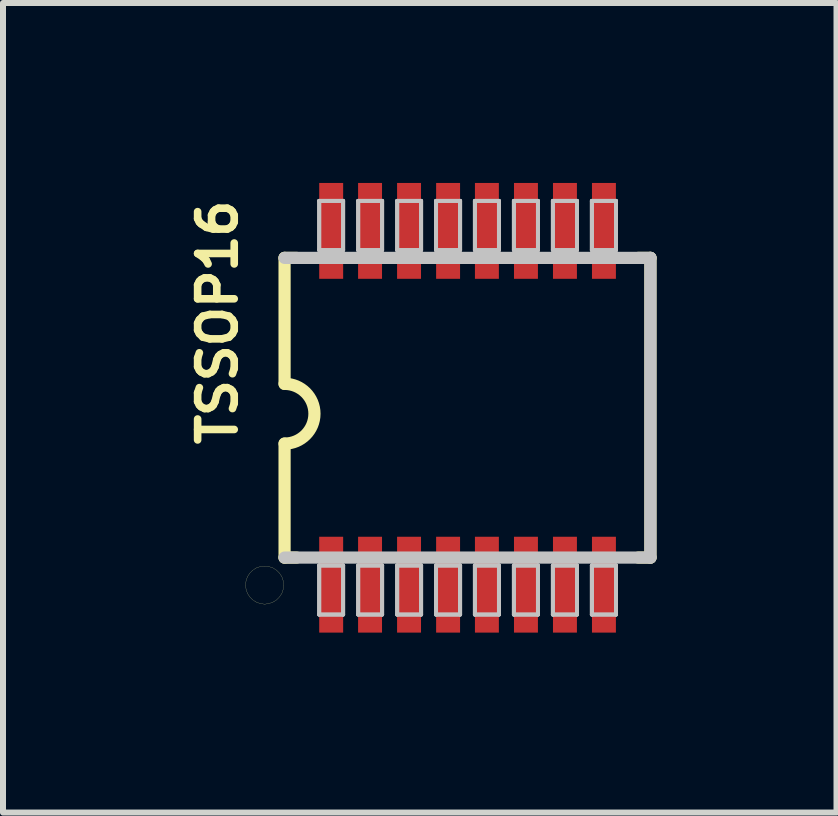
<source format=kicad_pcb>
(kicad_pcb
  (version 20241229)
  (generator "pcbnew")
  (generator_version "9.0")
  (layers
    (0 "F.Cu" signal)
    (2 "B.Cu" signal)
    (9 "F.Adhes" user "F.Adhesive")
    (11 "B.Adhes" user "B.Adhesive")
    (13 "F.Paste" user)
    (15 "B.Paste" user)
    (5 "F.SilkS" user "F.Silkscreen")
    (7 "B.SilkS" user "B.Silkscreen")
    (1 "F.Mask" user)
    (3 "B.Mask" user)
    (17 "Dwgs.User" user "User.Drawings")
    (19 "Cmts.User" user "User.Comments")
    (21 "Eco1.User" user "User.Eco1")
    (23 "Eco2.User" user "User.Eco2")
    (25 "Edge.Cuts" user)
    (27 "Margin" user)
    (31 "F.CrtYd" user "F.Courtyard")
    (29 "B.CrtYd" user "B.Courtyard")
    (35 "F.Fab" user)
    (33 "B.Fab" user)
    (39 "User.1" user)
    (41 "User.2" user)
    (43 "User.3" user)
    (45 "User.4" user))
  (footprint "TSSOP16"
    (layer "F.Cu")
    (at 4.694 3.847)
    (property "Reference" "TSSOP16" (at -4.115 -1.524 90) (layer "F.SilkS") (effects (font (size 0.61 0.61) (thickness 0.127))))
    (attr smd)
    (fp_line (start -3.65 2.857) (end -3.642 2.926) (stroke (width 0.003) (type solid)) (layer "F.SilkS"))
    (fp_line (start -3.642 2.786) (end -3.65 2.857) (stroke (width 0.003) (type solid)) (layer "F.SilkS"))
    (fp_line (start -3.642 2.926) (end -3.619 2.995) (stroke (width 0.003) (type solid)) (layer "F.SilkS"))
    (fp_line (start -3.619 2.718) (end -3.642 2.786) (stroke (width 0.003) (type solid)) (layer "F.SilkS"))
    (fp_line (start -3.619 2.995) (end -3.581 3.053) (stroke (width 0.003) (type solid)) (layer "F.SilkS"))
    (fp_line (start -3.581 2.659) (end -3.619 2.718) (stroke (width 0.003) (type solid)) (layer "F.SilkS"))
    (fp_line (start -3.581 3.053) (end -3.531 3.104) (stroke (width 0.003) (type solid)) (layer "F.SilkS"))
    (fp_line (start -3.531 2.609) (end -3.581 2.659) (stroke (width 0.003) (type solid)) (layer "F.SilkS"))
    (fp_line (start -3.531 3.104) (end -3.47 3.142) (stroke (width 0.003) (type solid)) (layer "F.SilkS"))
    (fp_line (start -3.47 2.57) (end -3.531 2.609) (stroke (width 0.003) (type solid)) (layer "F.SilkS"))
    (fp_line (start -3.47 3.142) (end -3.404 3.165) (stroke (width 0.003) (type solid)) (layer "F.SilkS"))
    (fp_line (start -3.404 2.548) (end -3.47 2.57) (stroke (width 0.003) (type solid)) (layer "F.SilkS"))
    (fp_line (start -3.404 3.165) (end -3.332 3.175) (stroke (width 0.003) (type solid)) (layer "F.SilkS"))
    (fp_line (start -3.332 2.54) (end -3.404 2.548) (stroke (width 0.003) (type solid)) (layer "F.SilkS"))
    (fp_line (start -3.332 3.175) (end -3.261 3.165) (stroke (width 0.003) (type solid)) (layer "F.SilkS"))
    (fp_line (start -3.261 2.548) (end -3.332 2.54) (stroke (width 0.003) (type solid)) (layer "F.SilkS"))
    (fp_line (start -3.261 3.165) (end -3.195 3.142) (stroke (width 0.003) (type solid)) (layer "F.SilkS"))
    (fp_line (start -3.195 2.57) (end -3.261 2.548) (stroke (width 0.003) (type solid)) (layer "F.SilkS"))
    (fp_line (start -3.195 3.142) (end -3.134 3.104) (stroke (width 0.003) (type solid)) (layer "F.SilkS"))
    (fp_line (start -3.134 2.609) (end -3.195 2.57) (stroke (width 0.003) (type solid)) (layer "F.SilkS"))
    (fp_line (start -3.134 3.104) (end -3.084 3.053) (stroke (width 0.003) (type solid)) (layer "F.SilkS"))
    (fp_line (start -3.084 2.659) (end -3.134 2.609) (stroke (width 0.003) (type solid)) (layer "F.SilkS"))
    (fp_line (start -3.084 3.053) (end -3.045 2.995) (stroke (width 0.003) (type solid)) (layer "F.SilkS"))
    (fp_line (start -3.045 2.718) (end -3.084 2.659) (stroke (width 0.003) (type solid)) (layer "F.SilkS"))
    (fp_line (start -3.045 2.995) (end -3.023 2.926) (stroke (width 0.003) (type solid)) (layer "F.SilkS"))
    (fp_line (start -3.023 2.786) (end -3.045 2.718) (stroke (width 0.003) (type solid)) (layer "F.SilkS"))
    (fp_line (start -3.023 2.926) (end -3.015 2.857) (stroke (width 0.003) (type solid)) (layer "F.SilkS"))
    (fp_line (start -3.015 2.857) (end -3.023 2.786) (stroke (width 0.003) (type solid)) (layer "F.SilkS"))
    (fp_line (start -3 -2.598) (end -3 -0.498) (stroke (width 0.203) (type solid)) (layer "F.SilkS"))
    (fp_line (start -3 -2.598) (end -2.799 -2.598) (stroke (width 0.203) (type solid)) (layer "F.SilkS"))
    (fp_line (start -3 0.498) (end -3 2.398) (stroke (width 0.203) (type solid)) (layer "F.SilkS"))
    (fp_line (start -3 2.398) (end -2.799 2.398) (stroke (width 0.203) (type solid)) (layer "F.SilkS"))
    (fp_line (start 2.898 2.398) (end 3.099 2.398) (stroke (width 0.203) (type solid)) (layer "F.SilkS"))
    (fp_line (start 3.099 -2.598) (end 2.898 -2.598) (stroke (width 0.203) (type solid)) (layer "F.SilkS"))
    (fp_line (start 3.099 2.398) (end 3.099 -2.598) (stroke (width 0.203) (type solid)) (layer "F.SilkS"))
    (fp_arc (start -2.99974 -0.49784) (mid -2.5019 0) (end -2.99974 0.49784) (stroke (width 0.2032) (type solid)) (layer "F.SilkS"))
    (fp_line (start -3 -2.598) (end 3.099 -2.598) (stroke (width 0.203) (type solid)) (layer "Dwgs.User"))
    (fp_line (start -2.423 -3.548) (end -2.024 -3.548) (stroke (width 0.066) (type solid)) (layer "Dwgs.User"))
    (fp_line (start -2.423 -3.548) (end -2.024 -3.548) (stroke (width 0.066) (type solid)) (layer "Dwgs.User"))
    (fp_line (start -2.423 -2.728) (end -2.423 -3.548) (stroke (width 0.066) (type solid)) (layer "Dwgs.User"))
    (fp_line (start -2.423 -2.728) (end -2.423 -3.548) (stroke (width 0.066) (type solid)) (layer "Dwgs.User"))
    (fp_line (start -2.423 -2.728) (end -2.024 -2.728) (stroke (width 0.066) (type solid)) (layer "Dwgs.User"))
    (fp_line (start -2.423 -2.728) (end -2.024 -2.728) (stroke (width 0.066) (type solid)) (layer "Dwgs.User"))
    (fp_line (start -2.423 2.53) (end -2.024 2.53) (stroke (width 0.066) (type solid)) (layer "Dwgs.User"))
    (fp_line (start -2.423 2.53) (end -2.024 2.53) (stroke (width 0.066) (type solid)) (layer "Dwgs.User"))
    (fp_line (start -2.423 3.348) (end -2.423 2.53) (stroke (width 0.066) (type solid)) (layer "Dwgs.User"))
    (fp_line (start -2.423 3.348) (end -2.423 2.53) (stroke (width 0.066) (type solid)) (layer "Dwgs.User"))
    (fp_line (start -2.423 3.348) (end -2.024 3.348) (stroke (width 0.066) (type solid)) (layer "Dwgs.User"))
    (fp_line (start -2.423 3.348) (end -2.024 3.348) (stroke (width 0.066) (type solid)) (layer "Dwgs.User"))
    (fp_line (start -2.024 -2.728) (end -2.024 -3.548) (stroke (width 0.066) (type solid)) (layer "Dwgs.User"))
    (fp_line (start -2.024 -2.728) (end -2.024 -3.548) (stroke (width 0.066) (type solid)) (layer "Dwgs.User"))
    (fp_line (start -2.024 3.348) (end -2.024 2.53) (stroke (width 0.066) (type solid)) (layer "Dwgs.User"))
    (fp_line (start -2.024 3.348) (end -2.024 2.53) (stroke (width 0.066) (type solid)) (layer "Dwgs.User"))
    (fp_line (start -1.773 -3.548) (end -1.374 -3.548) (stroke (width 0.066) (type solid)) (layer "Dwgs.User"))
    (fp_line (start -1.773 -3.548) (end -1.374 -3.548) (stroke (width 0.066) (type solid)) (layer "Dwgs.User"))
    (fp_line (start -1.773 -2.728) (end -1.773 -3.548) (stroke (width 0.066) (type solid)) (layer "Dwgs.User"))
    (fp_line (start -1.773 -2.728) (end -1.773 -3.548) (stroke (width 0.066) (type solid)) (layer "Dwgs.User"))
    (fp_line (start -1.773 -2.728) (end -1.374 -2.728) (stroke (width 0.066) (type solid)) (layer "Dwgs.User"))
    (fp_line (start -1.773 -2.728) (end -1.374 -2.728) (stroke (width 0.066) (type solid)) (layer "Dwgs.User"))
    (fp_line (start -1.773 2.53) (end -1.374 2.53) (stroke (width 0.066) (type solid)) (layer "Dwgs.User"))
    (fp_line (start -1.773 2.53) (end -1.374 2.53) (stroke (width 0.066) (type solid)) (layer "Dwgs.User"))
    (fp_line (start -1.773 3.348) (end -1.773 2.53) (stroke (width 0.066) (type solid)) (layer "Dwgs.User"))
    (fp_line (start -1.773 3.348) (end -1.773 2.53) (stroke (width 0.066) (type solid)) (layer "Dwgs.User"))
    (fp_line (start -1.773 3.348) (end -1.374 3.348) (stroke (width 0.066) (type solid)) (layer "Dwgs.User"))
    (fp_line (start -1.773 3.348) (end -1.374 3.348) (stroke (width 0.066) (type solid)) (layer "Dwgs.User"))
    (fp_line (start -1.374 -2.728) (end -1.374 -3.548) (stroke (width 0.066) (type solid)) (layer "Dwgs.User"))
    (fp_line (start -1.374 -2.728) (end -1.374 -3.548) (stroke (width 0.066) (type solid)) (layer "Dwgs.User"))
    (fp_line (start -1.374 3.348) (end -1.374 2.53) (stroke (width 0.066) (type solid)) (layer "Dwgs.User"))
    (fp_line (start -1.374 3.348) (end -1.374 2.53) (stroke (width 0.066) (type solid)) (layer "Dwgs.User"))
    (fp_line (start -1.123 -3.548) (end -0.724 -3.548) (stroke (width 0.066) (type solid)) (layer "Dwgs.User"))
    (fp_line (start -1.123 -3.548) (end -0.724 -3.548) (stroke (width 0.066) (type solid)) (layer "Dwgs.User"))
    (fp_line (start -1.123 -2.728) (end -1.123 -3.548) (stroke (width 0.066) (type solid)) (layer "Dwgs.User"))
    (fp_line (start -1.123 -2.728) (end -1.123 -3.548) (stroke (width 0.066) (type solid)) (layer "Dwgs.User"))
    (fp_line (start -1.123 -2.728) (end -0.724 -2.728) (stroke (width 0.066) (type solid)) (layer "Dwgs.User"))
    (fp_line (start -1.123 -2.728) (end -0.724 -2.728) (stroke (width 0.066) (type solid)) (layer "Dwgs.User"))
    (fp_line (start -1.123 2.53) (end -0.724 2.53) (stroke (width 0.066) (type solid)) (layer "Dwgs.User"))
    (fp_line (start -1.123 2.53) (end -0.724 2.53) (stroke (width 0.066) (type solid)) (layer "Dwgs.User"))
    (fp_line (start -1.123 3.348) (end -1.123 2.53) (stroke (width 0.066) (type solid)) (layer "Dwgs.User"))
    (fp_line (start -1.123 3.348) (end -1.123 2.53) (stroke (width 0.066) (type solid)) (layer "Dwgs.User"))
    (fp_line (start -1.123 3.348) (end -0.724 3.348) (stroke (width 0.066) (type solid)) (layer "Dwgs.User"))
    (fp_line (start -1.123 3.348) (end -0.724 3.348) (stroke (width 0.066) (type solid)) (layer "Dwgs.User"))
    (fp_line (start -0.724 -2.728) (end -0.724 -3.548) (stroke (width 0.066) (type solid)) (layer "Dwgs.User"))
    (fp_line (start -0.724 -2.728) (end -0.724 -3.548) (stroke (width 0.066) (type solid)) (layer "Dwgs.User"))
    (fp_line (start -0.724 3.348) (end -0.724 2.53) (stroke (width 0.066) (type solid)) (layer "Dwgs.User"))
    (fp_line (start -0.724 3.348) (end -0.724 2.53) (stroke (width 0.066) (type solid)) (layer "Dwgs.User"))
    (fp_line (start -0.475 -3.548) (end -0.074 -3.548) (stroke (width 0.066) (type solid)) (layer "Dwgs.User"))
    (fp_line (start -0.475 -3.548) (end -0.074 -3.548) (stroke (width 0.066) (type solid)) (layer "Dwgs.User"))
    (fp_line (start -0.475 -2.728) (end -0.475 -3.548) (stroke (width 0.066) (type solid)) (layer "Dwgs.User"))
    (fp_line (start -0.475 -2.728) (end -0.475 -3.548) (stroke (width 0.066) (type solid)) (layer "Dwgs.User"))
    (fp_line (start -0.475 -2.728) (end -0.074 -2.728) (stroke (width 0.066) (type solid)) (layer "Dwgs.User"))
    (fp_line (start -0.475 -2.728) (end -0.074 -2.728) (stroke (width 0.066) (type solid)) (layer "Dwgs.User"))
    (fp_line (start -0.475 2.53) (end -0.074 2.53) (stroke (width 0.066) (type solid)) (layer "Dwgs.User"))
    (fp_line (start -0.475 2.53) (end -0.074 2.53) (stroke (width 0.066) (type solid)) (layer "Dwgs.User"))
    (fp_line (start -0.475 3.348) (end -0.475 2.53) (stroke (width 0.066) (type solid)) (layer "Dwgs.User"))
    (fp_line (start -0.475 3.348) (end -0.475 2.53) (stroke (width 0.066) (type solid)) (layer "Dwgs.User"))
    (fp_line (start -0.475 3.348) (end -0.074 3.348) (stroke (width 0.066) (type solid)) (layer "Dwgs.User"))
    (fp_line (start -0.475 3.348) (end -0.074 3.348) (stroke (width 0.066) (type solid)) (layer "Dwgs.User"))
    (fp_line (start -0.074 -2.728) (end -0.074 -3.548) (stroke (width 0.066) (type solid)) (layer "Dwgs.User"))
    (fp_line (start -0.074 -2.728) (end -0.074 -3.548) (stroke (width 0.066) (type solid)) (layer "Dwgs.User"))
    (fp_line (start -0.074 3.348) (end -0.074 2.53) (stroke (width 0.066) (type solid)) (layer "Dwgs.User"))
    (fp_line (start -0.074 3.348) (end -0.074 2.53) (stroke (width 0.066) (type solid)) (layer "Dwgs.User"))
    (fp_line (start 0.173 -3.548) (end 0.574 -3.548) (stroke (width 0.066) (type solid)) (layer "Dwgs.User"))
    (fp_line (start 0.173 -3.548) (end 0.574 -3.548) (stroke (width 0.066) (type solid)) (layer "Dwgs.User"))
    (fp_line (start 0.173 -2.728) (end 0.173 -3.548) (stroke (width 0.066) (type solid)) (layer "Dwgs.User"))
    (fp_line (start 0.173 -2.728) (end 0.173 -3.548) (stroke (width 0.066) (type solid)) (layer "Dwgs.User"))
    (fp_line (start 0.173 -2.728) (end 0.574 -2.728) (stroke (width 0.066) (type solid)) (layer "Dwgs.User"))
    (fp_line (start 0.173 -2.728) (end 0.574 -2.728) (stroke (width 0.066) (type solid)) (layer "Dwgs.User"))
    (fp_line (start 0.173 2.53) (end 0.574 2.53) (stroke (width 0.066) (type solid)) (layer "Dwgs.User"))
    (fp_line (start 0.173 2.53) (end 0.574 2.53) (stroke (width 0.066) (type solid)) (layer "Dwgs.User"))
    (fp_line (start 0.173 3.348) (end 0.173 2.53) (stroke (width 0.066) (type solid)) (layer "Dwgs.User"))
    (fp_line (start 0.173 3.348) (end 0.173 2.53) (stroke (width 0.066) (type solid)) (layer "Dwgs.User"))
    (fp_line (start 0.173 3.348) (end 0.574 3.348) (stroke (width 0.066) (type solid)) (layer "Dwgs.User"))
    (fp_line (start 0.173 3.348) (end 0.574 3.348) (stroke (width 0.066) (type solid)) (layer "Dwgs.User"))
    (fp_line (start 0.574 -2.728) (end 0.574 -3.548) (stroke (width 0.066) (type solid)) (layer "Dwgs.User"))
    (fp_line (start 0.574 -2.728) (end 0.574 -3.548) (stroke (width 0.066) (type solid)) (layer "Dwgs.User"))
    (fp_line (start 0.574 3.348) (end 0.574 2.53) (stroke (width 0.066) (type solid)) (layer "Dwgs.User"))
    (fp_line (start 0.574 3.348) (end 0.574 2.53) (stroke (width 0.066) (type solid)) (layer "Dwgs.User"))
    (fp_line (start 0.823 -3.548) (end 1.224 -3.548) (stroke (width 0.066) (type solid)) (layer "Dwgs.User"))
    (fp_line (start 0.823 -3.548) (end 1.224 -3.548) (stroke (width 0.066) (type solid)) (layer "Dwgs.User"))
    (fp_line (start 0.823 -2.728) (end 0.823 -3.548) (stroke (width 0.066) (type solid)) (layer "Dwgs.User"))
    (fp_line (start 0.823 -2.728) (end 0.823 -3.548) (stroke (width 0.066) (type solid)) (layer "Dwgs.User"))
    (fp_line (start 0.823 -2.728) (end 1.224 -2.728) (stroke (width 0.066) (type solid)) (layer "Dwgs.User"))
    (fp_line (start 0.823 -2.728) (end 1.224 -2.728) (stroke (width 0.066) (type solid)) (layer "Dwgs.User"))
    (fp_line (start 0.823 2.53) (end 1.224 2.53) (stroke (width 0.066) (type solid)) (layer "Dwgs.User"))
    (fp_line (start 0.823 2.53) (end 1.224 2.53) (stroke (width 0.066) (type solid)) (layer "Dwgs.User"))
    (fp_line (start 0.823 3.348) (end 0.823 2.53) (stroke (width 0.066) (type solid)) (layer "Dwgs.User"))
    (fp_line (start 0.823 3.348) (end 0.823 2.53) (stroke (width 0.066) (type solid)) (layer "Dwgs.User"))
    (fp_line (start 0.823 3.348) (end 1.224 3.348) (stroke (width 0.066) (type solid)) (layer "Dwgs.User"))
    (fp_line (start 0.823 3.348) (end 1.224 3.348) (stroke (width 0.066) (type solid)) (layer "Dwgs.User"))
    (fp_line (start 1.224 -2.728) (end 1.224 -3.548) (stroke (width 0.066) (type solid)) (layer "Dwgs.User"))
    (fp_line (start 1.224 -2.728) (end 1.224 -3.548) (stroke (width 0.066) (type solid)) (layer "Dwgs.User"))
    (fp_line (start 1.224 3.348) (end 1.224 2.53) (stroke (width 0.066) (type solid)) (layer "Dwgs.User"))
    (fp_line (start 1.224 3.348) (end 1.224 2.53) (stroke (width 0.066) (type solid)) (layer "Dwgs.User"))
    (fp_line (start 1.473 -3.548) (end 1.875 -3.548) (stroke (width 0.066) (type solid)) (layer "Dwgs.User"))
    (fp_line (start 1.473 -3.548) (end 1.875 -3.548) (stroke (width 0.066) (type solid)) (layer "Dwgs.User"))
    (fp_line (start 1.473 -2.728) (end 1.473 -3.548) (stroke (width 0.066) (type solid)) (layer "Dwgs.User"))
    (fp_line (start 1.473 -2.728) (end 1.473 -3.548) (stroke (width 0.066) (type solid)) (layer "Dwgs.User"))
    (fp_line (start 1.473 -2.728) (end 1.875 -2.728) (stroke (width 0.066) (type solid)) (layer "Dwgs.User"))
    (fp_line (start 1.473 -2.728) (end 1.875 -2.728) (stroke (width 0.066) (type solid)) (layer "Dwgs.User"))
    (fp_line (start 1.473 2.53) (end 1.875 2.53) (stroke (width 0.066) (type solid)) (layer "Dwgs.User"))
    (fp_line (start 1.473 2.53) (end 1.875 2.53) (stroke (width 0.066) (type solid)) (layer "Dwgs.User"))
    (fp_line (start 1.473 3.348) (end 1.473 2.53) (stroke (width 0.066) (type solid)) (layer "Dwgs.User"))
    (fp_line (start 1.473 3.348) (end 1.473 2.53) (stroke (width 0.066) (type solid)) (layer "Dwgs.User"))
    (fp_line (start 1.473 3.348) (end 1.875 3.348) (stroke (width 0.066) (type solid)) (layer "Dwgs.User"))
    (fp_line (start 1.473 3.348) (end 1.875 3.348) (stroke (width 0.066) (type solid)) (layer "Dwgs.User"))
    (fp_line (start 1.875 -2.728) (end 1.875 -3.548) (stroke (width 0.066) (type solid)) (layer "Dwgs.User"))
    (fp_line (start 1.875 -2.728) (end 1.875 -3.548) (stroke (width 0.066) (type solid)) (layer "Dwgs.User"))
    (fp_line (start 1.875 3.348) (end 1.875 2.53) (stroke (width 0.066) (type solid)) (layer "Dwgs.User"))
    (fp_line (start 1.875 3.348) (end 1.875 2.53) (stroke (width 0.066) (type solid)) (layer "Dwgs.User"))
    (fp_line (start 2.123 -3.548) (end 2.525 -3.548) (stroke (width 0.066) (type solid)) (layer "Dwgs.User"))
    (fp_line (start 2.123 -3.548) (end 2.525 -3.548) (stroke (width 0.066) (type solid)) (layer "Dwgs.User"))
    (fp_line (start 2.123 -2.728) (end 2.123 -3.548) (stroke (width 0.066) (type solid)) (layer "Dwgs.User"))
    (fp_line (start 2.123 -2.728) (end 2.123 -3.548) (stroke (width 0.066) (type solid)) (layer "Dwgs.User"))
    (fp_line (start 2.123 -2.728) (end 2.525 -2.728) (stroke (width 0.066) (type solid)) (layer "Dwgs.User"))
    (fp_line (start 2.123 -2.728) (end 2.525 -2.728) (stroke (width 0.066) (type solid)) (layer "Dwgs.User"))
    (fp_line (start 2.123 2.53) (end 2.525 2.53) (stroke (width 0.066) (type solid)) (layer "Dwgs.User"))
    (fp_line (start 2.123 2.53) (end 2.525 2.53) (stroke (width 0.066) (type solid)) (layer "Dwgs.User"))
    (fp_line (start 2.123 3.348) (end 2.123 2.53) (stroke (width 0.066) (type solid)) (layer "Dwgs.User"))
    (fp_line (start 2.123 3.348) (end 2.123 2.53) (stroke (width 0.066) (type solid)) (layer "Dwgs.User"))
    (fp_line (start 2.123 3.348) (end 2.525 3.348) (stroke (width 0.066) (type solid)) (layer "Dwgs.User"))
    (fp_line (start 2.123 3.348) (end 2.525 3.348) (stroke (width 0.066) (type solid)) (layer "Dwgs.User"))
    (fp_line (start 2.525 -2.728) (end 2.525 -3.548) (stroke (width 0.066) (type solid)) (layer "Dwgs.User"))
    (fp_line (start 2.525 -2.728) (end 2.525 -3.548) (stroke (width 0.066) (type solid)) (layer "Dwgs.User"))
    (fp_line (start 2.525 3.348) (end 2.525 2.53) (stroke (width 0.066) (type solid)) (layer "Dwgs.User"))
    (fp_line (start 2.525 3.348) (end 2.525 2.53) (stroke (width 0.066) (type solid)) (layer "Dwgs.User"))
    (fp_line (start 3.099 2.398) (end -3 2.398) (stroke (width 0.203) (type solid)) (layer "Dwgs.User"))
    (fp_line (start 3.099 2.398) (end 3.099 -2.598) (stroke (width 0.203) (type solid)) (layer "Dwgs.User"))
    (pad "1" smd rect (at -2.223 2.85) (size 0.399 1.598) (layers "F.Cu" "F.Mask" "F.Paste"))
    (pad "2" smd rect (at -1.575 2.85) (size 0.399 1.598) (layers "F.Cu" "F.Mask" "F.Paste"))
    (pad "3" smd rect (at -0.925 2.85) (size 0.399 1.598) (layers "F.Cu" "F.Mask" "F.Paste"))
    (pad "4" smd rect (at -0.274 2.85) (size 0.399 1.598) (layers "F.Cu" "F.Mask" "F.Paste"))
    (pad "5" smd rect (at 0.373 2.85) (size 0.399 1.598) (layers "F.Cu" "F.Mask" "F.Paste"))
    (pad "6" smd rect (at 1.024 2.85) (size 0.399 1.598) (layers "F.Cu" "F.Mask" "F.Paste"))
    (pad "7" smd rect (at 1.674 2.85) (size 0.399 1.598) (layers "F.Cu" "F.Mask" "F.Paste"))
    (pad "8" smd rect (at 2.324 2.85) (size 0.399 1.598) (layers "F.Cu" "F.Mask" "F.Paste"))
    (pad "9" smd rect (at 2.324 -3.048) (size 0.399 1.598) (layers "F.Cu" "F.Mask" "F.Paste"))
    (pad "10" smd rect (at 1.674 -3.048) (size 0.399 1.598) (layers "F.Cu" "F.Mask" "F.Paste"))
    (pad "11" smd rect (at 1.024 -3.048) (size 0.399 1.598) (layers "F.Cu" "F.Mask" "F.Paste"))
    (pad "12" smd rect (at 0.373 -3.048) (size 0.399 1.598) (layers "F.Cu" "F.Mask" "F.Paste"))
    (pad "13" smd rect (at -0.274 -3.048) (size 0.399 1.598) (layers "F.Cu" "F.Mask" "F.Paste"))
    (pad "14" smd rect (at -0.925 -3.048) (size 0.399 1.598) (layers "F.Cu" "F.Mask" "F.Paste"))
    (pad "15" smd rect (at -1.575 -3.048) (size 0.399 1.598) (layers "F.Cu" "F.Mask" "F.Paste"))
    (pad "16" smd rect (at -2.223 -3.048) (size 0.399 1.598) (layers "F.Cu" "F.Mask" "F.Paste")))
  (gr_rect
    (start -3 -3)
    (end 10.895 10.496)
    (stroke (width 0.1) (type default))
    (fill no)
    (layer "Edge.Cuts")))
</source>
